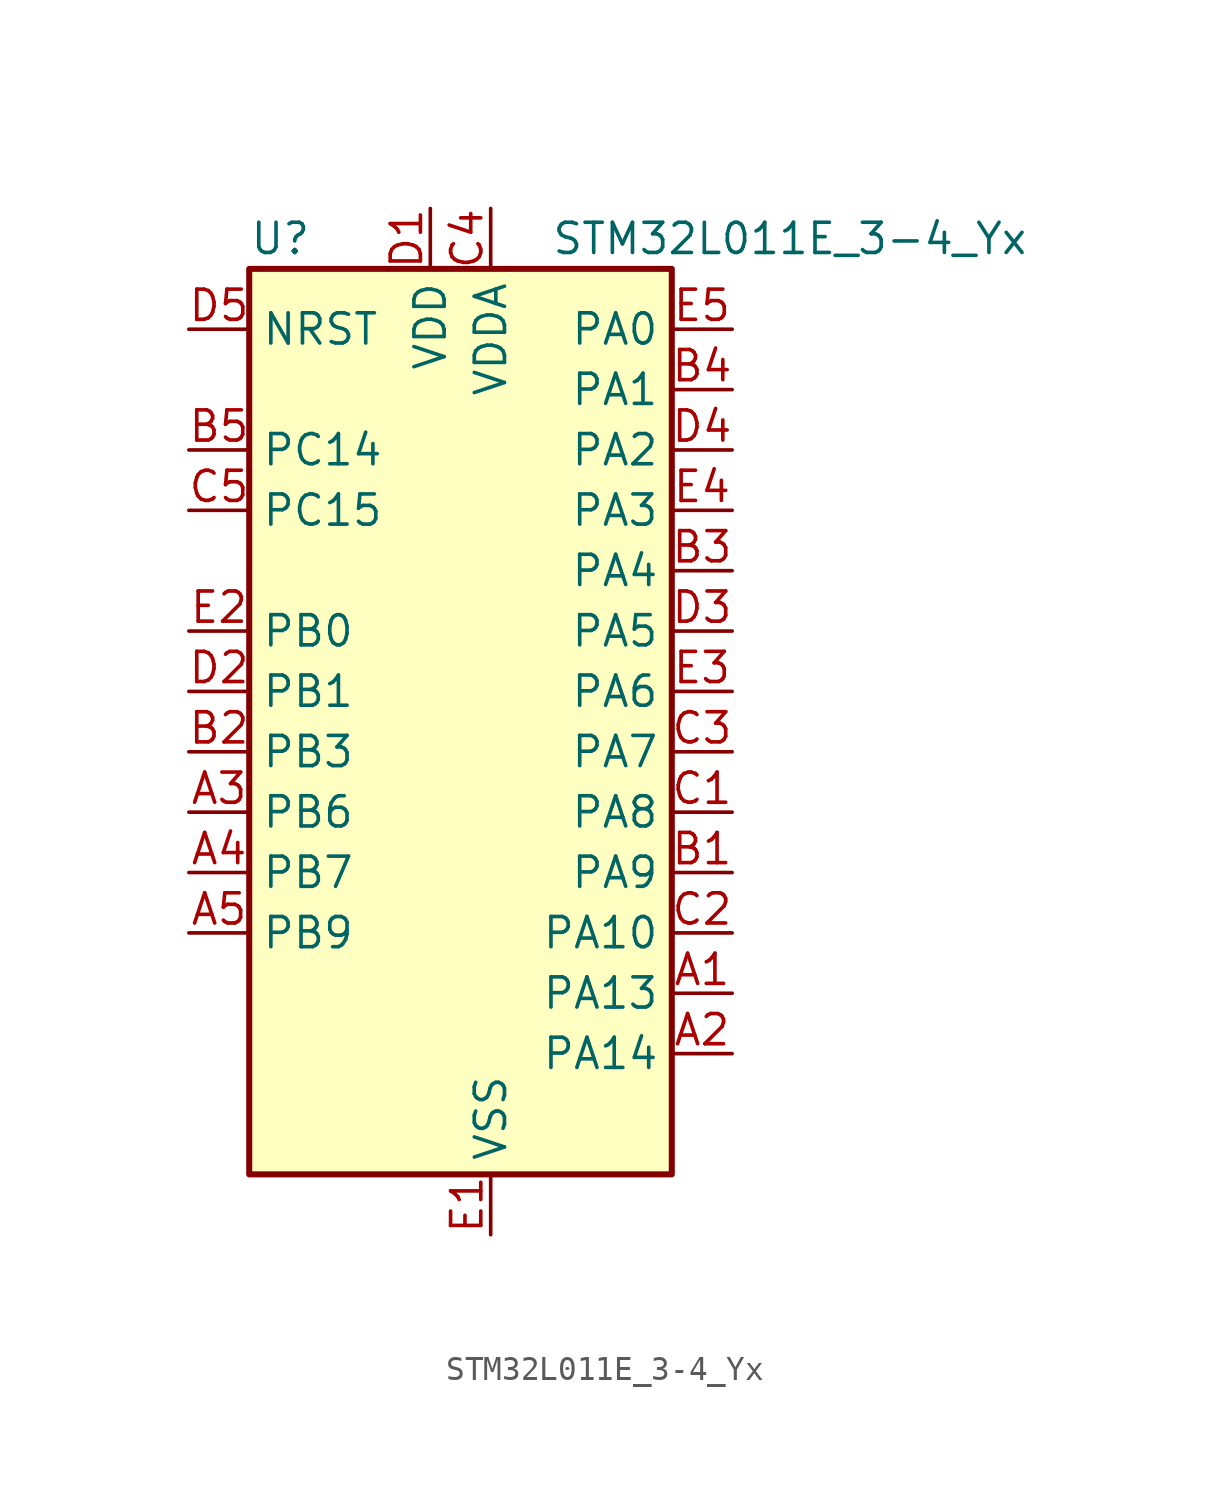
<source format=kicad_sym>
(kicad_symbol_lib
  (version 20220914)
  (generator kicad_symbol_editor)
  (symbol "STM32L011E_3-4_Yx"
    (property "Reference" "U"
      (at -7.62 21.59 0)
      (effects (font (size 1.27 1.27)) (justify left)))
    (property "Value" "STM32L011E_3-4_Yx"
      (at 5.08 21.59 0)
      (effects (font (size 1.27 1.27)) (justify left)))
    (property "ki_locked" ""
      (at 0 0 0)
      (effects (font (size 1.27 1.27))))
    (symbol "STM32L011E_3-4_Yx_0_1"
      (rectangle (start -7.62 -17.78) (end 10.16 20.32) (stroke (width 0.254) (type default)) (fill (type background))))
    (symbol "STM32L011E_3-4_Yx_1_1"
      (pin bidirectional line (at 12.7 -10.16 180) (length 2.54) (name "PA13" (effects (font (size 1.27 1.27)))) (number "A1" (effects (font (size 1.27 1.27)))) (alternate "COMP1_OUT" bidirectional line) (alternate "I2C1_SDA" bidirectional line) (alternate "LPTIM1_ETR" bidirectional line) (alternate "LPUART1_RX" bidirectional line) (alternate "SPI1_SCK" bidirectional line) (alternate "SYS_SWDIO" bidirectional line))
      (pin bidirectional line (at 12.7 -12.7 180) (length 2.54) (name "PA14" (effects (font (size 1.27 1.27)))) (number "A2" (effects (font (size 1.27 1.27)))) (alternate "COMP2_OUT" bidirectional line) (alternate "I2C1_SMBA" bidirectional line) (alternate "LPTIM1_OUT" bidirectional line) (alternate "LPUART1_TX" bidirectional line) (alternate "SPI1_MISO" bidirectional line) (alternate "SYS_SWCLK" bidirectional line) (alternate "USART2_TX" bidirectional line))
      (pin bidirectional line (at -10.16 -2.54 0) (length 2.54) (name "PB6" (effects (font (size 1.27 1.27)))) (number "A3" (effects (font (size 1.27 1.27)))) (alternate "COMP2_INP" bidirectional line) (alternate "I2C1_SCL" bidirectional line) (alternate "LPTIM1_ETR" bidirectional line) (alternate "LPUART1_TX" bidirectional line) (alternate "TIM2_CH3" bidirectional line) (alternate "USART2_TX" bidirectional line))
      (pin bidirectional line (at -10.16 -5.08 0) (length 2.54) (name "PB7" (effects (font (size 1.27 1.27)))) (number "A4" (effects (font (size 1.27 1.27)))) (alternate "COMP2_INP" bidirectional line) (alternate "I2C1_SDA" bidirectional line) (alternate "LPTIM1_IN2" bidirectional line) (alternate "LPUART1_RX" bidirectional line) (alternate "SYS_PVD_IN" bidirectional line) (alternate "TIM2_CH4" bidirectional line) (alternate "USART2_RX" bidirectional line))
      (pin bidirectional line (at -10.16 -7.62 0) (length 2.54) (name "PB9" (effects (font (size 1.27 1.27)))) (number "A5" (effects (font (size 1.27 1.27)))))
      (pin bidirectional line (at 12.7 -5.08 180) (length 2.54) (name "PA9" (effects (font (size 1.27 1.27)))) (number "B1" (effects (font (size 1.27 1.27)))) (alternate "COMP1_OUT" bidirectional line) (alternate "I2C1_SCL" bidirectional line) (alternate "LPTIM1_OUT" bidirectional line) (alternate "RCC_MCO" bidirectional line) (alternate "TIM21_CH2" bidirectional line) (alternate "USART2_TX" bidirectional line))
      (pin bidirectional line (at -10.16 0 0) (length 2.54) (name "PB3" (effects (font (size 1.27 1.27)))) (number "B2" (effects (font (size 1.27 1.27)))) (alternate "COMP2_INM" bidirectional line) (alternate "SPI1_SCK" bidirectional line) (alternate "TIM2_CH2" bidirectional line))
      (pin bidirectional line (at 12.7 7.62 180) (length 2.54) (name "PA4" (effects (font (size 1.27 1.27)))) (number "B3" (effects (font (size 1.27 1.27)))) (alternate "ADC_IN4" bidirectional line) (alternate "COMP1_INM" bidirectional line) (alternate "COMP2_INM" bidirectional line) (alternate "COMP2_OUT" bidirectional line) (alternate "I2C1_SCL" bidirectional line) (alternate "LPTIM1_ETR" bidirectional line) (alternate "LPTIM1_IN1" bidirectional line) (alternate "LPUART1_TX" bidirectional line) (alternate "SPI1_NSS" bidirectional line) (alternate "TIM2_ETR" bidirectional line) (alternate "USART2_CK" bidirectional line))
      (pin bidirectional line (at 12.7 15.24 180) (length 2.54) (name "PA1" (effects (font (size 1.27 1.27)))) (number "B4" (effects (font (size 1.27 1.27)))) (alternate "ADC_IN1" bidirectional line) (alternate "COMP1_INP" bidirectional line) (alternate "I2C1_SMBA" bidirectional line) (alternate "LPTIM1_IN2" bidirectional line) (alternate "LPUART1_TX" bidirectional line) (alternate "TIM21_ETR" bidirectional line) (alternate "TIM2_CH2" bidirectional line) (alternate "USART2_DE" bidirectional line) (alternate "USART2_RTS" bidirectional line))
      (pin bidirectional line (at -10.16 12.7 0) (length 2.54) (name "PC14" (effects (font (size 1.27 1.27)))) (number "B5" (effects (font (size 1.27 1.27)))) (alternate "RCC_OSC32_IN" bidirectional line))
      (pin bidirectional line (at 12.7 -2.54 180) (length 2.54) (name "PA8" (effects (font (size 1.27 1.27)))) (number "C1" (effects (font (size 1.27 1.27)))) (alternate "LPTIM1_IN1" bidirectional line) (alternate "RCC_MCO" bidirectional line) (alternate "TIM2_CH1" bidirectional line) (alternate "USART2_CK" bidirectional line))
      (pin bidirectional line (at 12.7 -7.62 180) (length 2.54) (name "PA10" (effects (font (size 1.27 1.27)))) (number "C2" (effects (font (size 1.27 1.27)))) (alternate "COMP1_OUT" bidirectional line) (alternate "I2C1_SDA" bidirectional line) (alternate "RTC_REFIN" bidirectional line) (alternate "TIM21_CH1" bidirectional line) (alternate "TIM2_CH3" bidirectional line) (alternate "USART2_RX" bidirectional line))
      (pin bidirectional line (at 12.7 0 180) (length 2.54) (name "PA7" (effects (font (size 1.27 1.27)))) (number "C3" (effects (font (size 1.27 1.27)))) (alternate "ADC_IN7" bidirectional line) (alternate "COMP2_INP" bidirectional line) (alternate "COMP2_OUT" bidirectional line) (alternate "LPTIM1_OUT" bidirectional line) (alternate "SPI1_MOSI" bidirectional line) (alternate "TIM21_ETR" bidirectional line) (alternate "USART2_CTS" bidirectional line))
      (pin power_in line (at 2.54 22.86 270) (length 2.54) (name "VDDA" (effects (font (size 1.27 1.27)))) (number "C4" (effects (font (size 1.27 1.27)))))
      (pin bidirectional line (at -10.16 10.16 0) (length 2.54) (name "PC15" (effects (font (size 1.27 1.27)))) (number "C5" (effects (font (size 1.27 1.27)))) (alternate "RCC_OSC32_OUT" bidirectional line))
      (pin power_in line (at 0 22.86 270) (length 2.54) (name "VDD" (effects (font (size 1.27 1.27)))) (number "D1" (effects (font (size 1.27 1.27)))))
      (pin bidirectional line (at -10.16 2.54 0) (length 2.54) (name "PB1" (effects (font (size 1.27 1.27)))) (number "D2" (effects (font (size 1.27 1.27)))) (alternate "ADC_IN9" bidirectional line) (alternate "LPTIM1_IN1" bidirectional line) (alternate "LPUART1_DE" bidirectional line) (alternate "LPUART1_RTS" bidirectional line) (alternate "SPI1_MOSI" bidirectional line) (alternate "SYS_VREF_OUT_PB1" bidirectional line) (alternate "TIM2_CH4" bidirectional line) (alternate "USART2_CK" bidirectional line))
      (pin bidirectional line (at 12.7 5.08 180) (length 2.54) (name "PA5" (effects (font (size 1.27 1.27)))) (number "D3" (effects (font (size 1.27 1.27)))) (alternate "ADC_IN5" bidirectional line) (alternate "COMP1_INM" bidirectional line) (alternate "COMP2_INM" bidirectional line) (alternate "LPTIM1_IN2" bidirectional line) (alternate "SPI1_SCK" bidirectional line) (alternate "TIM2_CH1" bidirectional line) (alternate "TIM2_ETR" bidirectional line))
      (pin bidirectional line (at 12.7 12.7 180) (length 2.54) (name "PA2" (effects (font (size 1.27 1.27)))) (number "D4" (effects (font (size 1.27 1.27)))) (alternate "ADC_IN2" bidirectional line) (alternate "COMP2_INM" bidirectional line) (alternate "COMP2_OUT" bidirectional line) (alternate "LPUART1_TX" bidirectional line) (alternate "RTC_OUT_ALARM" bidirectional line) (alternate "RTC_OUT_CALIB" bidirectional line) (alternate "RTC_TAMP3" bidirectional line) (alternate "RTC_TS" bidirectional line) (alternate "SYS_WKUP3" bidirectional line) (alternate "TIM21_CH1" bidirectional line) (alternate "TIM2_CH3" bidirectional line) (alternate "USART2_TX" bidirectional line))
      (pin input line (at -10.16 17.78 0) (length 2.54) (name "NRST" (effects (font (size 1.27 1.27)))) (number "D5" (effects (font (size 1.27 1.27)))))
      (pin power_in line (at 2.54 -20.32 90) (length 2.54) (name "VSS" (effects (font (size 1.27 1.27)))) (number "E1" (effects (font (size 1.27 1.27)))))
      (pin bidirectional line (at -10.16 5.08 0) (length 2.54) (name "PB0" (effects (font (size 1.27 1.27)))) (number "E2" (effects (font (size 1.27 1.27)))) (alternate "ADC_IN8" bidirectional line) (alternate "SPI1_MISO" bidirectional line) (alternate "SYS_VREF_OUT_PB0" bidirectional line) (alternate "TIM2_CH2" bidirectional line) (alternate "TIM2_CH3" bidirectional line) (alternate "USART2_DE" bidirectional line) (alternate "USART2_RTS" bidirectional line))
      (pin bidirectional line (at 12.7 2.54 180) (length 2.54) (name "PA6" (effects (font (size 1.27 1.27)))) (number "E3" (effects (font (size 1.27 1.27)))) (alternate "ADC_IN6" bidirectional line) (alternate "COMP1_OUT" bidirectional line) (alternate "LPTIM1_ETR" bidirectional line) (alternate "LPUART1_CTS" bidirectional line) (alternate "SPI1_MISO" bidirectional line))
      (pin bidirectional line (at 12.7 10.16 180) (length 2.54) (name "PA3" (effects (font (size 1.27 1.27)))) (number "E4" (effects (font (size 1.27 1.27)))) (alternate "ADC_IN3" bidirectional line) (alternate "COMP2_INP" bidirectional line) (alternate "LPUART1_RX" bidirectional line) (alternate "TIM21_CH2" bidirectional line) (alternate "TIM2_CH4" bidirectional line) (alternate "USART2_RX" bidirectional line))
      (pin bidirectional line (at 12.7 17.78 180) (length 2.54) (name "PA0" (effects (font (size 1.27 1.27)))) (number "E5" (effects (font (size 1.27 1.27)))) (alternate "ADC_IN0" bidirectional line) (alternate "COMP1_INM" bidirectional line) (alternate "COMP1_OUT" bidirectional line) (alternate "LPTIM1_IN1" bidirectional line) (alternate "LPUART1_RX" bidirectional line) (alternate "RCC_CK_IN" bidirectional line) (alternate "RTC_TAMP2" bidirectional line) (alternate "SYS_WKUP1" bidirectional line) (alternate "TIM2_CH1" bidirectional line) (alternate "TIM2_ETR" bidirectional line) (alternate "USART2_CTS" bidirectional line) (alternate "USART2_RX" bidirectional line)))))
</source>
